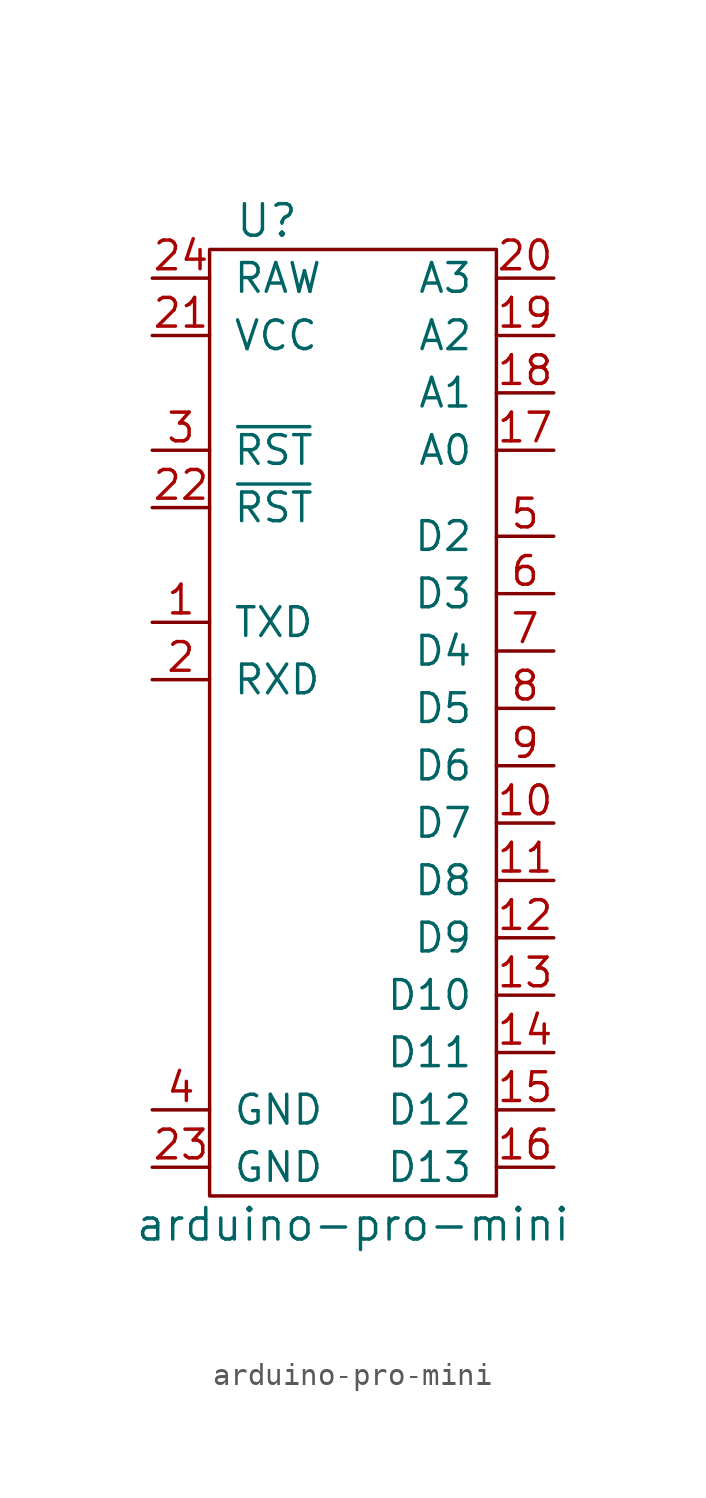
<source format=kicad_sym>
(kicad_symbol_lib
  (version 20211014)
  (generator kicad_symbol_editor)
  (symbol "arduino-pro-mini"
    (pin_names
      (offset 1.016))
    (property "Reference" "U"
      (at -3.81 21.59 0)
      (effects (font (size 1.397 1.397))))
    (property "Value" "arduino-pro-mini"
      (at 0 -22.86 0)
      (effects (font (size 1.397 1.397))))
    (symbol "arduino-pro-mini_0_1"
      (rectangle (start -6.35 -21.59) (end 6.35 20.32) (stroke (width 0) (type default) (color 0 0 0 0)) (fill (type none))))
    (symbol "arduino-pro-mini_1_1"
      (pin tri_state line (at -8.89 3.81 0) (length 2.54) (name "TXD" (effects (font (size 1.27 1.27)))) (number "1" (effects (font (size 1.27 1.27)))))
      (pin tri_state line (at 8.89 -5.08 180) (length 2.54) (name "D7" (effects (font (size 1.27 1.27)))) (number "10" (effects (font (size 1.27 1.27)))))
      (pin tri_state line (at 8.89 -7.62 180) (length 2.54) (name "D8" (effects (font (size 1.27 1.27)))) (number "11" (effects (font (size 1.27 1.27)))))
      (pin tri_state line (at 8.89 -10.16 180) (length 2.54) (name "D9" (effects (font (size 1.27 1.27)))) (number "12" (effects (font (size 1.27 1.27)))))
      (pin tri_state line (at 8.89 -12.7 180) (length 2.54) (name "D10" (effects (font (size 1.27 1.27)))) (number "13" (effects (font (size 1.27 1.27)))))
      (pin tri_state line (at 8.89 -15.24 180) (length 2.54) (name "D11" (effects (font (size 1.27 1.27)))) (number "14" (effects (font (size 1.27 1.27)))))
      (pin tri_state line (at 8.89 -17.78 180) (length 2.54) (name "D12" (effects (font (size 1.27 1.27)))) (number "15" (effects (font (size 1.27 1.27)))))
      (pin tri_state line (at 8.89 -20.32 180) (length 2.54) (name "D13" (effects (font (size 1.27 1.27)))) (number "16" (effects (font (size 1.27 1.27)))))
      (pin tri_state line (at 8.89 11.43 180) (length 2.54) (name "A0" (effects (font (size 1.27 1.27)))) (number "17" (effects (font (size 1.27 1.27)))))
      (pin tri_state line (at 8.89 13.97 180) (length 2.54) (name "A1" (effects (font (size 1.27 1.27)))) (number "18" (effects (font (size 1.27 1.27)))))
      (pin tri_state line (at 8.89 16.51 180) (length 2.54) (name "A2" (effects (font (size 1.27 1.27)))) (number "19" (effects (font (size 1.27 1.27)))))
      (pin tri_state line (at -8.89 1.27 0) (length 2.54) (name "RXD" (effects (font (size 1.27 1.27)))) (number "2" (effects (font (size 1.27 1.27)))))
      (pin tri_state line (at 8.89 19.05 180) (length 2.54) (name "A3" (effects (font (size 1.27 1.27)))) (number "20" (effects (font (size 1.27 1.27)))))
      (pin tri_state line (at -8.89 16.51 0) (length 2.54) (name "VCC" (effects (font (size 1.27 1.27)))) (number "21" (effects (font (size 1.27 1.27)))))
      (pin input line (at -8.89 8.89 0) (length 2.54) (name "~{RST}" (effects (font (size 1.27 1.27)))) (number "22" (effects (font (size 1.27 1.27)))))
      (pin input line (at -8.89 -20.32 0) (length 2.54) (name "GND" (effects (font (size 1.27 1.27)))) (number "23" (effects (font (size 1.27 1.27)))))
      (pin input line (at -8.89 19.05 0) (length 2.54) (name "RAW" (effects (font (size 1.27 1.27)))) (number "24" (effects (font (size 1.27 1.27)))))
      (pin input line (at -8.89 11.43 0) (length 2.54) (name "~{RST}" (effects (font (size 1.27 1.27)))) (number "3" (effects (font (size 1.27 1.27)))))
      (pin power_in line (at -8.89 -17.78 0) (length 2.54) (name "GND" (effects (font (size 1.27 1.27)))) (number "4" (effects (font (size 1.27 1.27)))))
      (pin tri_state line (at 8.89 7.62 180) (length 2.54) (name "D2" (effects (font (size 1.27 1.27)))) (number "5" (effects (font (size 1.27 1.27)))))
      (pin tri_state line (at 8.89 5.08 180) (length 2.54) (name "D3" (effects (font (size 1.27 1.27)))) (number "6" (effects (font (size 1.27 1.27)))))
      (pin tri_state line (at 8.89 2.54 180) (length 2.54) (name "D4" (effects (font (size 1.27 1.27)))) (number "7" (effects (font (size 1.27 1.27)))))
      (pin tri_state line (at 8.89 0 180) (length 2.54) (name "D5" (effects (font (size 1.27 1.27)))) (number "8" (effects (font (size 1.27 1.27)))))
      (pin tri_state line (at 8.89 -2.54 180) (length 2.54) (name "D6" (effects (font (size 1.27 1.27)))) (number "9" (effects (font (size 1.27 1.27))))))))
</source>
